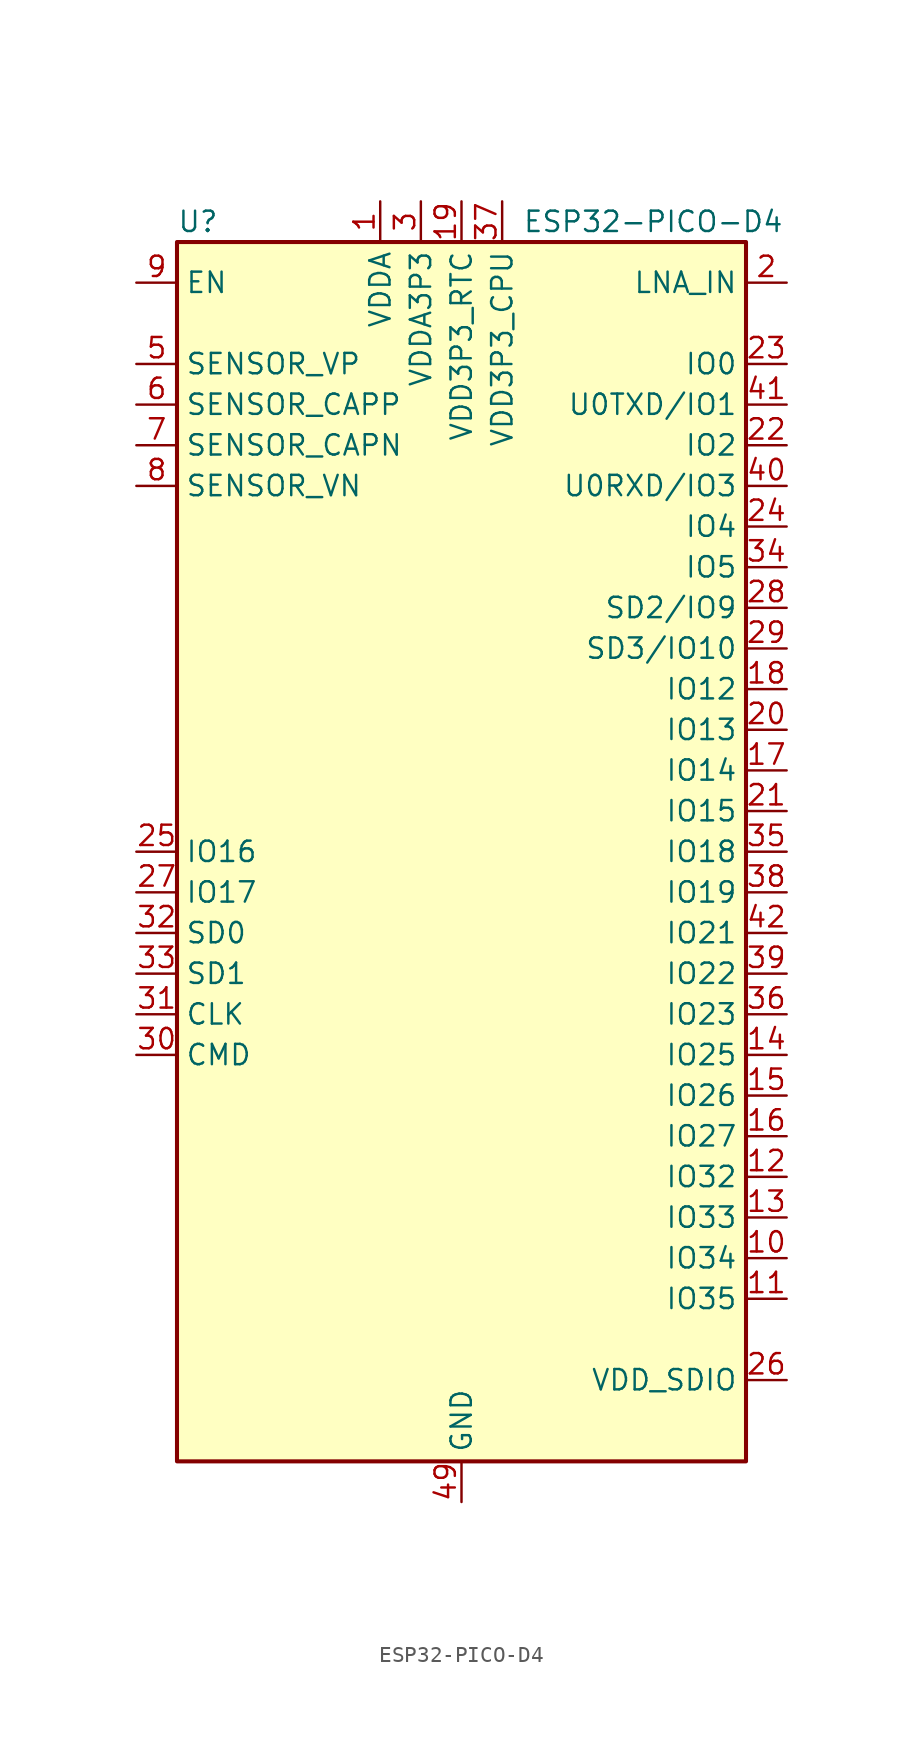
<source format=kicad_sym>
(kicad_symbol_lib
  (version 20231120)
  (generator "kicad_symbol_editor")
  (generator_version "8.0")
  (symbol "ESP32-PICO-D4"
    (property "Reference" "U"
      (at -17.78 39.37 0)
      (effects (font (size 1.27 1.27)) (justify left)))
    (property "Value" "ESP32-PICO-D4"
      (at 3.81 39.37 0)
      (effects (font (size 1.27 1.27)) (justify left)))
    (symbol "ESP32-PICO-D4_0_0"
      (pin power_in line (at -5.08 40.64 270) (length 2.54) (name "VDDA" (effects (font (size 1.27 1.27)))) (number "1" (effects (font (size 1.27 1.27)))))
      (pin input line (at 20.32 -25.4 180) (length 2.54) (name "IO34" (effects (font (size 1.27 1.27)))) (number "10" (effects (font (size 1.27 1.27)))))
      (pin input line (at 20.32 -27.94 180) (length 2.54) (name "IO35" (effects (font (size 1.27 1.27)))) (number "11" (effects (font (size 1.27 1.27)))))
      (pin bidirectional line (at 20.32 -20.32 180) (length 2.54) (name "IO32" (effects (font (size 1.27 1.27)))) (number "12" (effects (font (size 1.27 1.27)))))
      (pin bidirectional line (at 20.32 -22.86 180) (length 2.54) (name "IO33" (effects (font (size 1.27 1.27)))) (number "13" (effects (font (size 1.27 1.27)))))
      (pin bidirectional line (at 20.32 -12.7 180) (length 2.54) (name "IO25" (effects (font (size 1.27 1.27)))) (number "14" (effects (font (size 1.27 1.27)))))
      (pin bidirectional line (at 20.32 -15.24 180) (length 2.54) (name "IO26" (effects (font (size 1.27 1.27)))) (number "15" (effects (font (size 1.27 1.27)))))
      (pin bidirectional line (at 20.32 -17.78 180) (length 2.54) (name "IO27" (effects (font (size 1.27 1.27)))) (number "16" (effects (font (size 1.27 1.27)))))
      (pin bidirectional line (at 20.32 5.08 180) (length 2.54) (name "IO14" (effects (font (size 1.27 1.27)))) (number "17" (effects (font (size 1.27 1.27)))))
      (pin bidirectional line (at 20.32 10.16 180) (length 2.54) (name "IO12" (effects (font (size 1.27 1.27)))) (number "18" (effects (font (size 1.27 1.27)))))
      (pin power_in line (at 0 40.64 270) (length 2.54) (name "VDD3P3_RTC" (effects (font (size 1.27 1.27)))) (number "19" (effects (font (size 1.27 1.27)))))
      (pin bidirectional line (at 20.32 35.56 180) (length 2.54) (name "LNA_IN" (effects (font (size 1.27 1.27)))) (number "2" (effects (font (size 1.27 1.27)))))
      (pin bidirectional line (at 20.32 7.62 180) (length 2.54) (name "IO13" (effects (font (size 1.27 1.27)))) (number "20" (effects (font (size 1.27 1.27)))))
      (pin bidirectional line (at 20.32 2.54 180) (length 2.54) (name "IO15" (effects (font (size 1.27 1.27)))) (number "21" (effects (font (size 1.27 1.27)))))
      (pin bidirectional line (at 20.32 25.4 180) (length 2.54) (name "IO2" (effects (font (size 1.27 1.27)))) (number "22" (effects (font (size 1.27 1.27)))))
      (pin bidirectional line (at 20.32 30.48 180) (length 2.54) (name "IO0" (effects (font (size 1.27 1.27)))) (number "23" (effects (font (size 1.27 1.27)))))
      (pin bidirectional line (at 20.32 20.32 180) (length 2.54) (name "IO4" (effects (font (size 1.27 1.27)))) (number "24" (effects (font (size 1.27 1.27)))))
      (pin bidirectional line (at -20.32 0 0) (length 2.54) (name "IO16" (effects (font (size 1.27 1.27)))) (number "25" (effects (font (size 1.27 1.27)))))
      (pin power_out line (at 20.32 -33.02 180) (length 2.54) (name "VDD_SDIO" (effects (font (size 1.27 1.27)))) (number "26" (effects (font (size 1.27 1.27)))))
      (pin bidirectional line (at -20.32 -2.54 0) (length 2.54) (name "IO17" (effects (font (size 1.27 1.27)))) (number "27" (effects (font (size 1.27 1.27)))))
      (pin bidirectional line (at 20.32 15.24 180) (length 2.54) (name "SD2/IO9" (effects (font (size 1.27 1.27)))) (number "28" (effects (font (size 1.27 1.27)))))
      (pin bidirectional line (at 20.32 12.7 180) (length 2.54) (name "SD3/IO10" (effects (font (size 1.27 1.27)))) (number "29" (effects (font (size 1.27 1.27)))))
      (pin power_in line (at -2.54 40.64 270) (length 2.54) (name "VDDA3P3" (effects (font (size 1.27 1.27)))) (number "3" (effects (font (size 1.27 1.27)))))
      (pin bidirectional line (at -20.32 -12.7 0) (length 2.54) (name "CMD" (effects (font (size 1.27 1.27)))) (number "30" (effects (font (size 1.27 1.27)))))
      (pin bidirectional line (at -20.32 -10.16 0) (length 2.54) (name "CLK" (effects (font (size 1.27 1.27)))) (number "31" (effects (font (size 1.27 1.27)))))
      (pin bidirectional line (at -20.32 -5.08 0) (length 2.54) (name "SD0" (effects (font (size 1.27 1.27)))) (number "32" (effects (font (size 1.27 1.27)))))
      (pin bidirectional line (at -20.32 -7.62 0) (length 2.54) (name "SD1" (effects (font (size 1.27 1.27)))) (number "33" (effects (font (size 1.27 1.27)))))
      (pin bidirectional line (at 20.32 17.78 180) (length 2.54) (name "IO5" (effects (font (size 1.27 1.27)))) (number "34" (effects (font (size 1.27 1.27)))))
      (pin bidirectional line (at 20.32 0 180) (length 2.54) (name "IO18" (effects (font (size 1.27 1.27)))) (number "35" (effects (font (size 1.27 1.27)))))
      (pin bidirectional line (at 20.32 -10.16 180) (length 2.54) (name "IO23" (effects (font (size 1.27 1.27)))) (number "36" (effects (font (size 1.27 1.27)))))
      (pin power_in line (at 2.54 40.64 270) (length 2.54) (name "VDD3P3_CPU" (effects (font (size 1.27 1.27)))) (number "37" (effects (font (size 1.27 1.27)))))
      (pin bidirectional line (at 20.32 -2.54 180) (length 2.54) (name "IO19" (effects (font (size 1.27 1.27)))) (number "38" (effects (font (size 1.27 1.27)))))
      (pin bidirectional line (at 20.32 -7.62 180) (length 2.54) (name "IO22" (effects (font (size 1.27 1.27)))) (number "39" (effects (font (size 1.27 1.27)))))
      (pin passive line (at -2.54 40.64 270) (length 2.54) hide (name "VDDA3P3" (effects (font (size 1.27 1.27)))) (number "4" (effects (font (size 1.27 1.27)))))
      (pin bidirectional line (at 20.32 22.86 180) (length 2.54) (name "U0RXD/IO3" (effects (font (size 1.27 1.27)))) (number "40" (effects (font (size 1.27 1.27)))))
      (pin bidirectional line (at 20.32 27.94 180) (length 2.54) (name "U0TXD/IO1" (effects (font (size 1.27 1.27)))) (number "41" (effects (font (size 1.27 1.27)))))
      (pin bidirectional line (at 20.32 -5.08 180) (length 2.54) (name "IO21" (effects (font (size 1.27 1.27)))) (number "42" (effects (font (size 1.27 1.27)))))
      (pin passive line (at -5.08 40.64 270) (length 2.54) hide (name "VDDA" (effects (font (size 1.27 1.27)))) (number "43" (effects (font (size 1.27 1.27)))))
      (pin no_connect line (at -17.78 -25.4 0) (length 2.54) hide (name "XTAL_N_NC" (effects (font (size 1.27 1.27)))) (number "44" (effects (font (size 1.27 1.27)))))
      (pin no_connect line (at -17.78 -27.94 0) (length 2.54) hide (name "XTAL_P_NC" (effects (font (size 1.27 1.27)))) (number "45" (effects (font (size 1.27 1.27)))))
      (pin passive line (at -5.08 40.64 270) (length 2.54) hide (name "VDDA" (effects (font (size 1.27 1.27)))) (number "46" (effects (font (size 1.27 1.27)))))
      (pin no_connect line (at -17.78 -30.48 0) (length 2.54) hide (name "CAP2_NC" (effects (font (size 1.27 1.27)))) (number "47" (effects (font (size 1.27 1.27)))))
      (pin no_connect line (at -17.78 -33.02 0) (length 2.54) hide (name "CAP1_NC" (effects (font (size 1.27 1.27)))) (number "48" (effects (font (size 1.27 1.27)))))
      (pin input line (at -20.32 30.48 0) (length 2.54) (name "SENSOR_VP" (effects (font (size 1.27 1.27)))) (number "5" (effects (font (size 1.27 1.27)))))
      (pin input line (at -20.32 27.94 0) (length 2.54) (name "SENSOR_CAPP" (effects (font (size 1.27 1.27)))) (number "6" (effects (font (size 1.27 1.27)))))
      (pin input line (at -20.32 25.4 0) (length 2.54) (name "SENSOR_CAPN" (effects (font (size 1.27 1.27)))) (number "7" (effects (font (size 1.27 1.27)))))
      (pin input line (at -20.32 22.86 0) (length 2.54) (name "SENSOR_VN" (effects (font (size 1.27 1.27)))) (number "8" (effects (font (size 1.27 1.27)))))
      (pin input line (at -20.32 35.56 0) (length 2.54) (name "EN" (effects (font (size 1.27 1.27)))) (number "9" (effects (font (size 1.27 1.27))))))
    (symbol "ESP32-PICO-D4_0_1"
      (rectangle (start -17.78 38.1) (end 17.78 -38.1) (stroke (width 0.254) (type default)) (fill (type background))))
    (symbol "ESP32-PICO-D4_1_0"
      (pin passive line (at 0 -40.64 90) (length 2.54) (name "GND" (effects (font (size 1.27 1.27)))) (number "49" (effects (font (size 1.27 1.27))))))))
</source>
